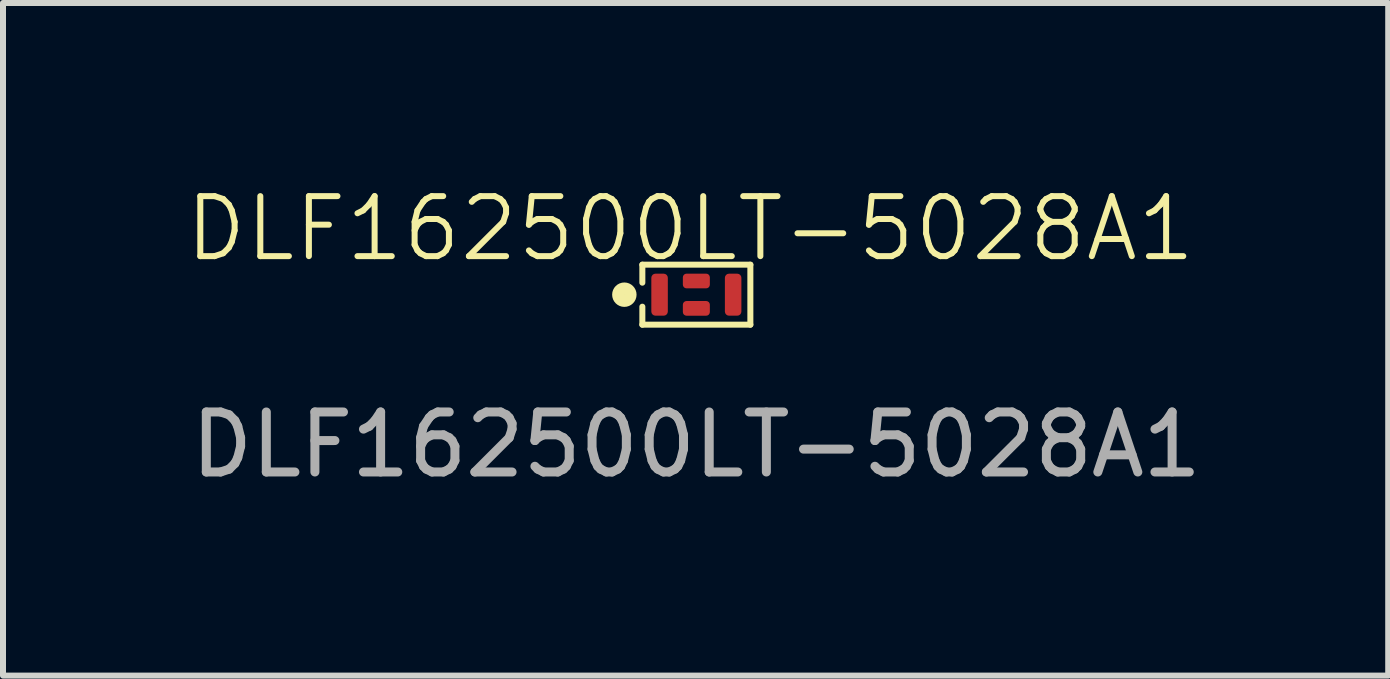
<source format=kicad_pcb>
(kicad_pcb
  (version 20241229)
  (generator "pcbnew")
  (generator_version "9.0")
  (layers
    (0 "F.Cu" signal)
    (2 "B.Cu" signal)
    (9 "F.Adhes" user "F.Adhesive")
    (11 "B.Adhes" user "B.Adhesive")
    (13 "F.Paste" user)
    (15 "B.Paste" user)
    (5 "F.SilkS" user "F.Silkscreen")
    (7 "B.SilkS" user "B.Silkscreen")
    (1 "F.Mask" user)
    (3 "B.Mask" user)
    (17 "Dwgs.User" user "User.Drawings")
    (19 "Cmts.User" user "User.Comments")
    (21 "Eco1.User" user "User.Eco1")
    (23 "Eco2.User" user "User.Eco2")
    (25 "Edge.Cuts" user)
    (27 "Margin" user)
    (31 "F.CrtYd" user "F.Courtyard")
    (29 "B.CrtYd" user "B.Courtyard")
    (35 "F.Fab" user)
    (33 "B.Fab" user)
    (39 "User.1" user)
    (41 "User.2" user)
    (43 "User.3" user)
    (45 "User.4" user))
  (footprint "DLF162500LT-5028A1"
    (layer "F.Cu")
    (at 8.555 1.861)
    (property "Reference" "DLF162500LT-5028A1" (at -0.1 -1.1 0) (unlocked yes) (layer "F.SilkS") (effects (font (size 1 1) (thickness 0.1))))
    (attr smd)
    (fp_line (start -0.9 -0.5) (end 0.9 -0.5) (stroke (width 0.1) (type default)) (layer "F.SilkS"))
    (fp_line (start -0.9 -0.2) (end -0.9 -0.5) (stroke (width 0.1) (type default)) (layer "F.SilkS"))
    (fp_line (start -0.9 0.5) (end -0.9 0.2) (stroke (width 0.1) (type default)) (layer "F.SilkS"))
    (fp_line (start 0.9 -0.5) (end 0.9 0.5) (stroke (width 0.1) (type default)) (layer "F.SilkS"))
    (fp_line (start 0.9 0.5) (end -0.9 0.5) (stroke (width 0.1) (type default)) (layer "F.SilkS"))
    (fp_circle (center -1.2 0) (end -1.098 0) (stroke (width 0.203) (type default)) (fill no) (layer "F.SilkS"))
    (fp_text user "${REFERENCE}" (at 0 2.5 0) (unlocked yes) (layer "F.Fab") (effects (font (size 1 1) (thickness 0.15))))
    (pad "1" smd roundrect (at -0.613 0) (size 0.275 0.7) (layers "F.Cu" "F.Mask" "F.Paste") (roundrect_rratio 0.25))
    (pad "2" smd roundrect (at 0 0.228) (size 0.45 0.245) (layers "F.Cu" "F.Mask" "F.Paste") (roundrect_rratio 0.25))
    (pad "3" smd roundrect (at 0.613 0) (size 0.275 0.7) (layers "F.Cu" "F.Mask" "F.Paste") (roundrect_rratio 0.25))
    (pad "4" smd roundrect (at 0 -0.228) (size 0.45 0.245) (layers "F.Cu" "F.Mask" "F.Paste") (roundrect_rratio 0.25)))
  (gr_rect
    (start -3 -3)
    (end 20.085 8.209)
    (stroke (width 0.1) (type default))
    (fill no)
    (layer "Edge.Cuts")))
</source>
